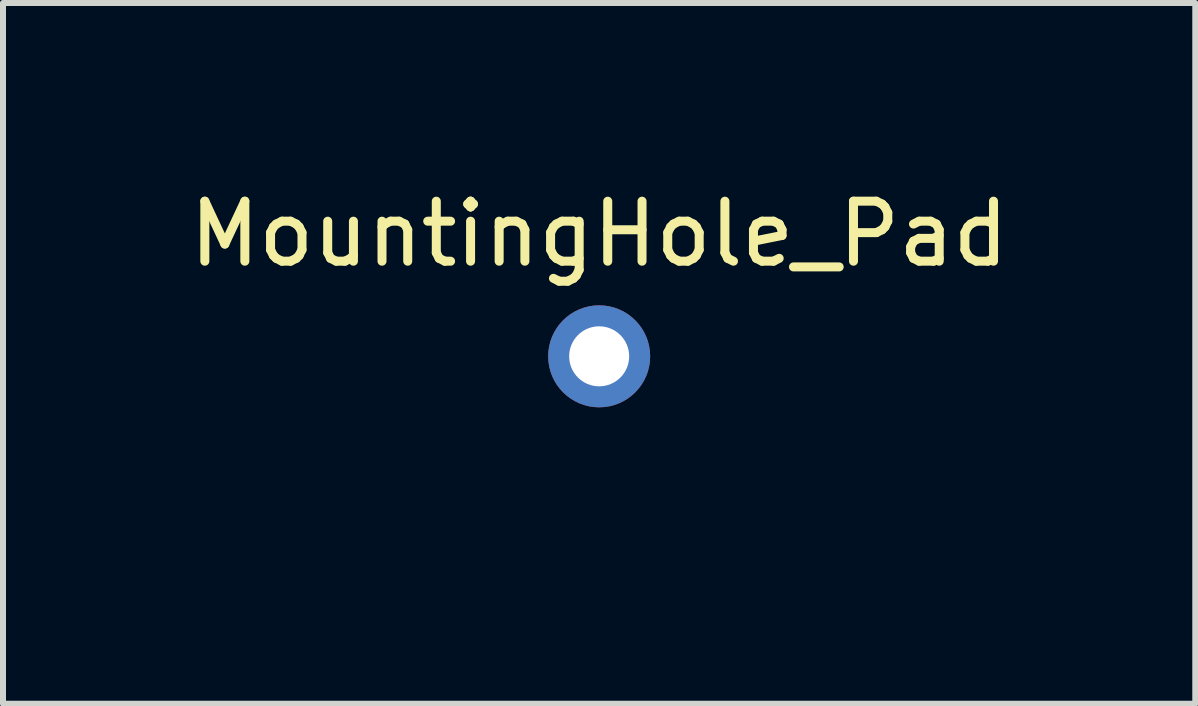
<source format=kicad_pcb>
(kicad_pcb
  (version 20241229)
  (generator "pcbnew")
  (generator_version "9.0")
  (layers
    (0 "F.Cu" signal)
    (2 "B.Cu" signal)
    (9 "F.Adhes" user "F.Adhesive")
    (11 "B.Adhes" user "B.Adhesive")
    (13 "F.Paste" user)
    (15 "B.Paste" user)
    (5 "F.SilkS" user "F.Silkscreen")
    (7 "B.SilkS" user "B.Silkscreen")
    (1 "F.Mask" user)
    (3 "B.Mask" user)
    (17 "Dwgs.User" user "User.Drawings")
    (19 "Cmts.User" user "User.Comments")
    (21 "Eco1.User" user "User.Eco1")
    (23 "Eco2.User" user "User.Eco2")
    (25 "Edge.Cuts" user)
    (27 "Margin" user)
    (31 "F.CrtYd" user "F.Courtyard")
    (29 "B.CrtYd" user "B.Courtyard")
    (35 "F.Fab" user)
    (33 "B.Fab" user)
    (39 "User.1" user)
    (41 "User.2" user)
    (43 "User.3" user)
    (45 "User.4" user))
  (footprint "MountingHole_Pad"
    (layer "F.Cu")
    (at 6.935 5.428)
    (property "Reference" "MountingHole_Pad" (at 0 -4.58 0) (layer "F.SilkS") (effects (font (size 1 1) (thickness 0.15))))
    (attr through_hole)
    (pad "1" thru_hole circle (at 0 -2.54) (size 1.7 1.7) (drill 1) (layers "*.Cu" "*.Mask")))
  (gr_rect
    (start -3 -3)
    (end 16.869 8.678)
    (stroke (width 0.1) (type default))
    (fill no)
    (layer "Edge.Cuts")))
</source>
